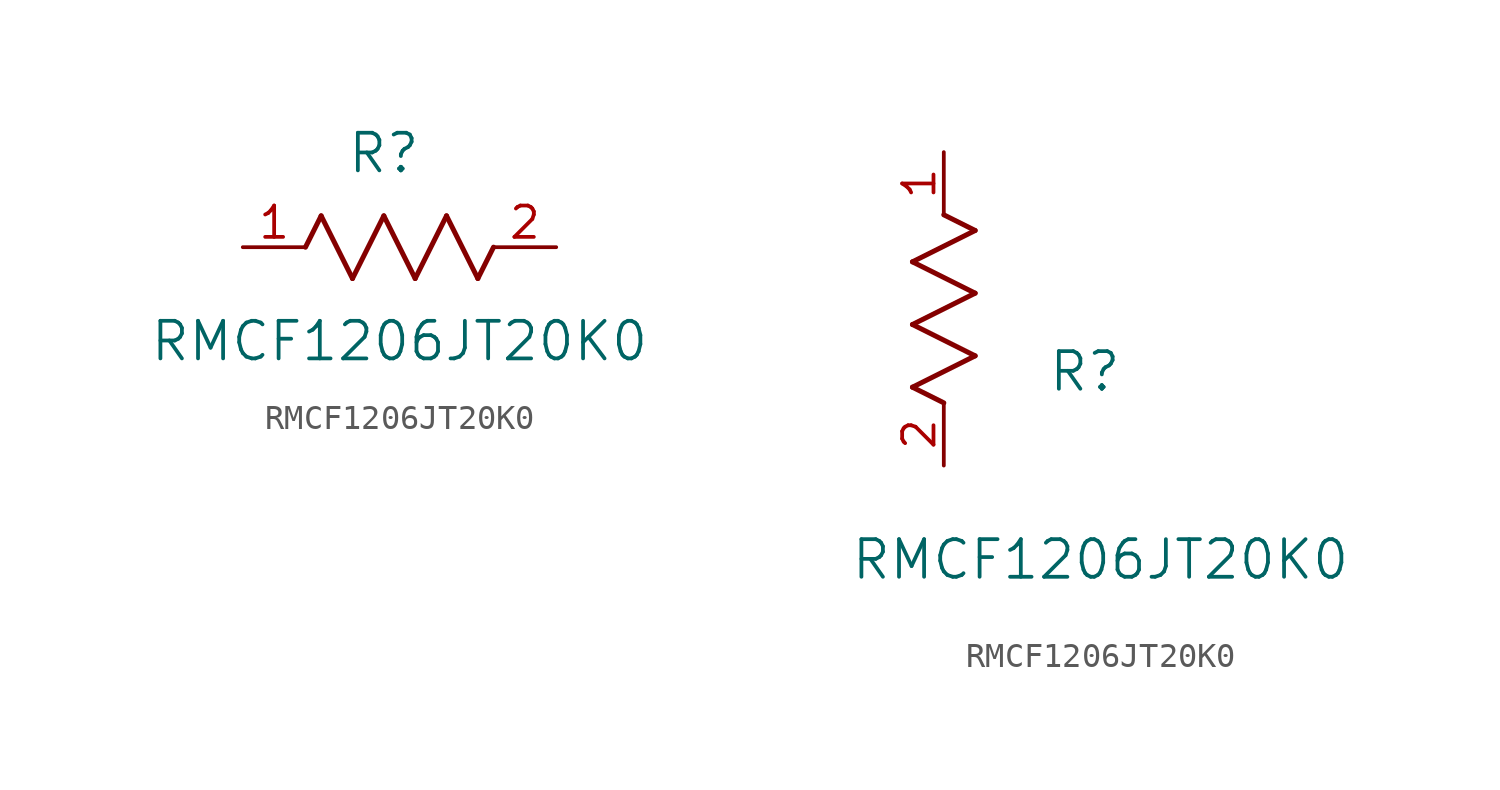
<source format=kicad_sym>
(kicad_symbol_lib
  (version 20211014)
  (generator kicad_symbol_editor)
  (symbol "RMCF1206JT20K0"
    (pin_names
      (offset 0.254))
    (property "Reference" "R"
      (at 5.715 3.81 0)
      (effects (font (size 1.524 1.524))))
    (property "Value" "RMCF1206JT20K0"
      (at 6.35 -3.81 0)
      (effects (font (size 1.524 1.524))))
    (symbol "RMCF1206JT20K0_1_1"
      (polyline (pts (xy 3.175 1.27) (xy 4.445 -1.27)) (stroke (width 0.203) (type default) (color 0 0 0 0)) (fill (type none)))
      (polyline (pts (xy 4.445 -1.27) (xy 5.715 1.27)) (stroke (width 0.203) (type default) (color 0 0 0 0)) (fill (type none)))
      (polyline (pts (xy 5.715 1.27) (xy 6.985 -1.27)) (stroke (width 0.203) (type default) (color 0 0 0 0)) (fill (type none)))
      (polyline (pts (xy 6.985 -1.27) (xy 8.255 1.27)) (stroke (width 0.203) (type default) (color 0 0 0 0)) (fill (type none)))
      (polyline (pts (xy 8.255 1.27) (xy 9.525 -1.27)) (stroke (width 0.203) (type default) (color 0 0 0 0)) (fill (type none)))
      (polyline (pts (xy 2.54 0) (xy 3.175 1.27)) (stroke (width 0.203) (type default) (color 0 0 0 0)) (fill (type none)))
      (polyline (pts (xy 9.525 -1.27) (xy 10.16 0)) (stroke (width 0.203) (type default) (color 0 0 0 0)) (fill (type none)))
      (pin unspecified line (at 0 0 0) (length 2.54) (name "" (effects (font (size 1.27 1.27)))) (number "1" (effects (font (size 1.27 1.27)))))
      (pin unspecified line (at 12.7 0 180) (length 2.54) (name "" (effects (font (size 1.27 1.27)))) (number "2" (effects (font (size 1.27 1.27))))))
    (symbol "RMCF1206JT20K0_1_2"
      (polyline (pts (xy 0 2.54) (xy -1.27 3.175)) (stroke (width 0.203) (type default) (color 0 0 0 0)) (fill (type none)))
      (polyline (pts (xy -1.27 3.175) (xy 1.27 4.445)) (stroke (width 0.203) (type default) (color 0 0 0 0)) (fill (type none)))
      (polyline (pts (xy 1.27 4.445) (xy -1.27 5.715)) (stroke (width 0.203) (type default) (color 0 0 0 0)) (fill (type none)))
      (polyline (pts (xy -1.27 5.715) (xy 1.27 6.985)) (stroke (width 0.203) (type default) (color 0 0 0 0)) (fill (type none)))
      (polyline (pts (xy -1.27 8.255) (xy 1.27 9.525)) (stroke (width 0.203) (type default) (color 0 0 0 0)) (fill (type none)))
      (polyline (pts (xy 1.27 9.525) (xy 0 10.16)) (stroke (width 0.203) (type default) (color 0 0 0 0)) (fill (type none)))
      (polyline (pts (xy 1.27 6.985) (xy -1.27 8.255)) (stroke (width 0.203) (type default) (color 0 0 0 0)) (fill (type none)))
      (pin unspecified line (at 0 12.7 270) (length 2.54) (name "" (effects (font (size 1.27 1.27)))) (number "1" (effects (font (size 1.27 1.27)))))
      (pin unspecified line (at 0 0 90) (length 2.54) (name "" (effects (font (size 1.27 1.27)))) (number "2" (effects (font (size 1.27 1.27))))))))
</source>
